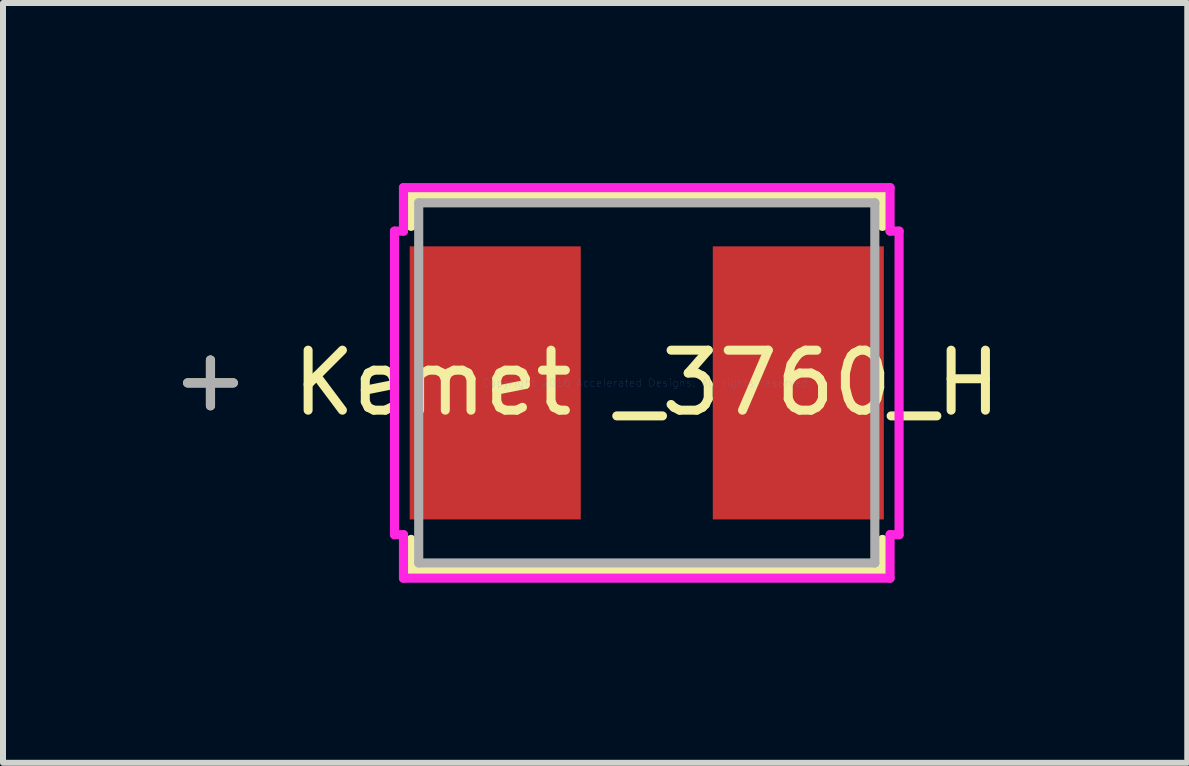
<source format=kicad_pcb>
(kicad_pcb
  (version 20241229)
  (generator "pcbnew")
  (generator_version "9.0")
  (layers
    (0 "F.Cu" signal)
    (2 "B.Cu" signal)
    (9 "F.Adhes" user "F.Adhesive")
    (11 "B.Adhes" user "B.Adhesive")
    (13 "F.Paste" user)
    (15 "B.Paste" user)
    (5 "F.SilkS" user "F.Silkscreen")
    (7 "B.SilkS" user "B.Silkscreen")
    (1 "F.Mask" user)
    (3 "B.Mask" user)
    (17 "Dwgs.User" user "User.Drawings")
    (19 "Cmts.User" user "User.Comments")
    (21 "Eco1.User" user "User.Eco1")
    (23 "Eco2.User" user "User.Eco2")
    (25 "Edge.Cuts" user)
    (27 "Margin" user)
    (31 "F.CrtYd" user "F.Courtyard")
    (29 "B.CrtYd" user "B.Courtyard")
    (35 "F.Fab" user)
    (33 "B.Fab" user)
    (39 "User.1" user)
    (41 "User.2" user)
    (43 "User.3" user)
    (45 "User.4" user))
  (footprint "Kemet _3760_H"
    (layer "F.Cu")
    (at 7.727 3.33)
    (property "Reference" "Kemet _3760_H" (at 0 0 0) (layer "F.SilkS") (effects (font (size 1 1) (thickness 0.15))))
    (attr through_hole)
    (fp_line (start -7.27 -0.381) (end -7.27 0.381) (stroke (width 0.152) (type solid)) (layer "F.SilkS"))
    (fp_line (start -6.889 0) (end -7.651 0) (stroke (width 0.152) (type solid)) (layer "F.SilkS"))
    (fp_line (start -3.927 -3.127) (end -3.927 -2.608) (stroke (width 0.152) (type solid)) (layer "F.SilkS"))
    (fp_line (start -3.927 2.608) (end -3.927 3.127) (stroke (width 0.152) (type solid)) (layer "F.SilkS"))
    (fp_line (start -3.927 3.127) (end 3.927 3.127) (stroke (width 0.152) (type solid)) (layer "F.SilkS"))
    (fp_line (start 3.927 -3.127) (end -3.927 -3.127) (stroke (width 0.152) (type solid)) (layer "F.SilkS"))
    (fp_line (start 3.927 -2.608) (end 3.927 -3.127) (stroke (width 0.152) (type solid)) (layer "F.SilkS"))
    (fp_line (start 3.927 3.127) (end 3.927 2.608) (stroke (width 0.152) (type solid)) (layer "F.SilkS"))
    (fp_line (start -4.204 -2.529) (end -4.054 -2.529) (stroke (width 0.152) (type solid)) (layer "F.CrtYd"))
    (fp_line (start -4.204 2.529) (end -4.204 -2.529) (stroke (width 0.152) (type solid)) (layer "F.CrtYd"))
    (fp_line (start -4.054 -3.254) (end 4.054 -3.254) (stroke (width 0.152) (type solid)) (layer "F.CrtYd"))
    (fp_line (start -4.054 -2.529) (end -4.054 -3.254) (stroke (width 0.152) (type solid)) (layer "F.CrtYd"))
    (fp_line (start -4.054 2.529) (end -4.204 2.529) (stroke (width 0.152) (type solid)) (layer "F.CrtYd"))
    (fp_line (start -4.054 3.254) (end -4.054 2.529) (stroke (width 0.152) (type solid)) (layer "F.CrtYd"))
    (fp_line (start 4.054 -3.254) (end 4.054 -2.529) (stroke (width 0.152) (type solid)) (layer "F.CrtYd"))
    (fp_line (start 4.054 -2.529) (end 4.204 -2.529) (stroke (width 0.152) (type solid)) (layer "F.CrtYd"))
    (fp_line (start 4.054 2.529) (end 4.054 3.254) (stroke (width 0.152) (type solid)) (layer "F.CrtYd"))
    (fp_line (start 4.054 3.254) (end -4.054 3.254) (stroke (width 0.152) (type solid)) (layer "F.CrtYd"))
    (fp_line (start 4.204 -2.529) (end 4.204 2.529) (stroke (width 0.152) (type solid)) (layer "F.CrtYd"))
    (fp_line (start 4.204 2.529) (end 4.054 2.529) (stroke (width 0.152) (type solid)) (layer "F.CrtYd"))
    (fp_line (start -7.27 -0.381) (end -7.27 0.381) (stroke (width 0.152) (type solid)) (layer "F.Fab"))
    (fp_line (start -6.889 0) (end -7.651 0) (stroke (width 0.152) (type solid)) (layer "F.Fab"))
    (fp_line (start -3.8 -3) (end -3.8 3) (stroke (width 0.152) (type solid)) (layer "F.Fab"))
    (fp_line (start -3.8 3) (end 3.8 3) (stroke (width 0.152) (type solid)) (layer "F.Fab"))
    (fp_line (start 3.8 -3) (end -3.8 -3) (stroke (width 0.152) (type solid)) (layer "F.Fab"))
    (fp_line (start 3.8 3) (end 3.8 -3) (stroke (width 0.152) (type solid)) (layer "F.Fab"))
    (fp_text user "Copyright 2016 Accelerated Designs. All rights reserved." (at 0 0 0) (layer "Cmts.User") (effects (font (size 0.127 0.127) (thickness 0.002))))
    (pad "1" smd rect (at -2.525 0 90) (size 4.55 2.85) (layers "F.Cu" "F.Mask" "F.Paste"))
    (pad "2" smd rect (at 2.525 0 90) (size 4.55 2.85) (layers "F.Cu" "F.Mask" "F.Paste")))
  (gr_rect
    (start -3 -3)
    (end 16.733 9.66)
    (stroke (width 0.1) (type default))
    (fill no)
    (layer "Edge.Cuts")))
</source>
